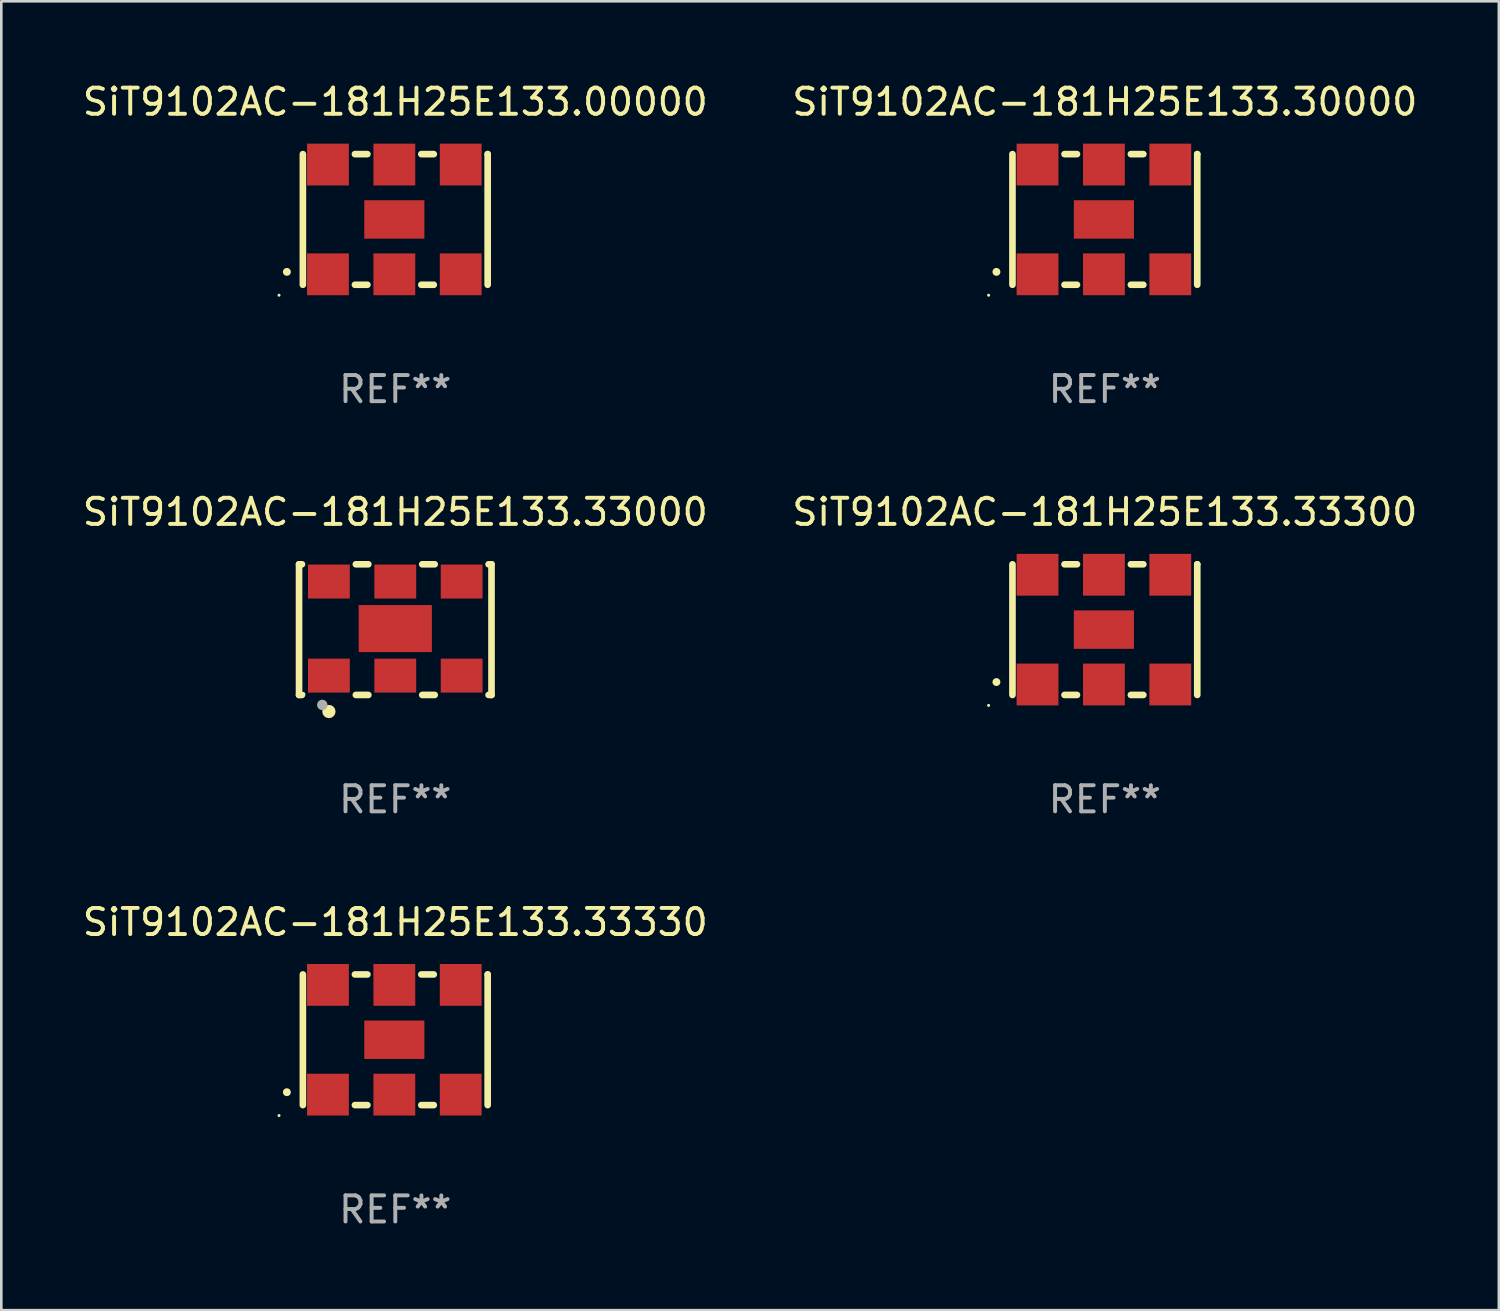
<source format=kicad_pcb>
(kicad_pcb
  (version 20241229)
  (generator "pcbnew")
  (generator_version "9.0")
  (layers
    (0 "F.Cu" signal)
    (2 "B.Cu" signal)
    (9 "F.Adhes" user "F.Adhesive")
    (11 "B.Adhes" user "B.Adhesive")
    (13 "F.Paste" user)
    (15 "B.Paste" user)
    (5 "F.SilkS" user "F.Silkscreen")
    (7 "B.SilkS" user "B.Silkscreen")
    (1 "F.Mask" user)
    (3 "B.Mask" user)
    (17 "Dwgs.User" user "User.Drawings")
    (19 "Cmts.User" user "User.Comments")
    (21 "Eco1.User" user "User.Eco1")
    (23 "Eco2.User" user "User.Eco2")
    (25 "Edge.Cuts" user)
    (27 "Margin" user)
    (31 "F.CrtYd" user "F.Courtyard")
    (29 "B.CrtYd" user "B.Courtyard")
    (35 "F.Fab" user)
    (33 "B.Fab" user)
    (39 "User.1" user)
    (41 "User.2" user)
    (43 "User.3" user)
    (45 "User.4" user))
  (footprint "SiT9102AC-181H25E133.33300"
    (layer "F.Cu")
    (at 39.232 21.045)
    (property "Reference" "SiT9102AC-181H25E133.33300" (at 0 -4.5 0) (layer "F.SilkS") (effects (font (size 1 1) (thickness 0.15))))
    (attr through_hole)
    (fp_line (start -3.536 -2.5) (end -3.536 2.5) (stroke (width 0.254) (type solid)) (layer "F.SilkS"))
    (fp_line (start -1.544 2.5) (end -1.067 2.5) (stroke (width 0.254) (type solid)) (layer "F.SilkS"))
    (fp_line (start -1.067 -2.5) (end -1.544 -2.5) (stroke (width 0.254) (type solid)) (layer "F.SilkS"))
    (fp_line (start 0.996 2.5) (end 1.473 2.5) (stroke (width 0.254) (type solid)) (layer "F.SilkS"))
    (fp_line (start 1.473 -2.5) (end 0.996 -2.5) (stroke (width 0.254) (type solid)) (layer "F.SilkS"))
    (fp_line (start 3.536 -2.5) (end 3.536 -2.5) (stroke (width 0.254) (type solid)) (layer "F.SilkS"))
    (fp_line (start 3.536 2.5) (end 3.536 -2.5) (stroke (width 0.254) (type solid)) (layer "F.SilkS"))
    (fp_arc (start -4.150432 2.006604) (mid -4.149162 2.006599) (end -4.147892 2.006604) (stroke (width 0.3) (type solid)) (layer "F.SilkS"))
    (fp_circle (center -4.449 2.9) (end -4.419 2.9) (stroke (width 0.06) (type solid)) (fill no) (layer "F.SilkS"))
    (fp_text user "REF**" (at 0 6.5 0) (layer "F.Fab") (effects (font (size 1 1) (thickness 0.15))))
    (pad "1" smd rect (at -2.576 2.1) (size 1.6 1.6) (layers "F.Cu" "F.Mask" "F.Paste"))
    (pad "2" smd rect (at -0.036 2.1) (size 1.6 1.6) (layers "F.Cu" "F.Mask" "F.Paste"))
    (pad "3" smd rect (at 2.504 2.1) (size 1.6 1.6) (layers "F.Cu" "F.Mask" "F.Paste"))
    (pad "4" smd rect (at 2.504 -2.1) (size 1.6 1.6) (layers "F.Cu" "F.Mask" "F.Paste"))
    (pad "5" smd rect (at -0.036 -2.1) (size 1.6 1.6) (layers "F.Cu" "F.Mask" "F.Paste"))
    (pad "6" smd rect (at -2.576 -2.1) (size 1.6 1.6) (layers "F.Cu" "F.Mask" "F.Paste"))
    (pad "7" smd rect (at -0.036 0) (size 2.3 1.47) (layers "F.Cu" "F.Mask" "F.Paste")))
  (footprint "SiT9102AC-181H25E133.33000"
    (layer "F.Cu")
    (at 12.077 21.045)
    (property "Reference" "SiT9102AC-181H25E133.33000" (at 0 -4.5 0) (layer "F.SilkS") (effects (font (size 1 1) (thickness 0.15))))
    (attr through_hole)
    (fp_line (start -3.683 -2.5) (end -3.571 -2.5) (stroke (width 0.254) (type solid)) (layer "F.SilkS"))
    (fp_line (start -3.683 2.5) (end -3.683 -2.5) (stroke (width 0.254) (type solid)) (layer "F.SilkS"))
    (fp_line (start -3.683 2.5) (end -3.571 2.5) (stroke (width 0.254) (type solid)) (layer "F.SilkS"))
    (fp_line (start -1.509 -2.5) (end -1.031 -2.5) (stroke (width 0.254) (type solid)) (layer "F.SilkS"))
    (fp_line (start -1.509 2.5) (end -1.031 2.5) (stroke (width 0.254) (type solid)) (layer "F.SilkS"))
    (fp_line (start 1.031 -2.5) (end 1.509 -2.5) (stroke (width 0.254) (type solid)) (layer "F.SilkS"))
    (fp_line (start 1.031 2.5) (end 1.509 2.5) (stroke (width 0.254) (type solid)) (layer "F.SilkS"))
    (fp_line (start 3.571 -2.5) (end 3.683 -2.5) (stroke (width 0.254) (type solid)) (layer "F.SilkS"))
    (fp_line (start 3.571 2.5) (end 3.683 2.5) (stroke (width 0.254) (type solid)) (layer "F.SilkS"))
    (fp_line (start 3.683 2.5) (end 3.683 -2.5) (stroke (width 0.254) (type solid)) (layer "F.SilkS"))
    (fp_circle (center -3.5 2.46) (end -3.47 2.46) (stroke (width 0.06) (type solid)) (fill no) (layer "F.SilkS"))
    (fp_circle (center -2.54 3.135) (end -2.413 3.135) (stroke (width 0.254) (type solid)) (fill no) (layer "F.SilkS"))
    (fp_circle (center -2.794 2.881) (end -2.694 2.881) (stroke (width 0.2) (type solid)) (fill no) (layer "F.Fab"))
    (fp_text user "REF**" (at 0 6.5 0) (layer "F.Fab") (effects (font (size 1 1) (thickness 0.15))))
    (pad "1" smd rect (at -2.54 1.76) (size 1.6 1.3) (layers "F.Cu" "F.Mask" "F.Paste"))
    (pad "2" smd rect (at 0 1.76) (size 1.6 1.3) (layers "F.Cu" "F.Mask" "F.Paste"))
    (pad "3" smd rect (at 2.54 1.76) (size 1.6 1.3) (layers "F.Cu" "F.Mask" "F.Paste"))
    (pad "4" smd rect (at 2.54 -1.84) (size 1.6 1.3) (layers "F.Cu" "F.Mask" "F.Paste"))
    (pad "5" smd rect (at 0 -1.84) (size 1.6 1.3) (layers "F.Cu" "F.Mask" "F.Paste"))
    (pad "6" smd rect (at -2.54 -1.84) (size 1.6 1.3) (layers "F.Cu" "F.Mask" "F.Paste"))
    (pad "7" smd rect (at 0 -0.04) (size 2.8 1.8) (layers "F.Cu" "F.Mask" "F.Paste")))
  (footprint "SiT9102AC-181H25E133.30000"
    (layer "F.Cu")
    (at 39.232 5.348)
    (property "Reference" "SiT9102AC-181H25E133.30000" (at 0 -4.5 0) (layer "F.SilkS") (effects (font (size 1 1) (thickness 0.15))))
    (attr through_hole)
    (fp_line (start -3.536 -2.5) (end -3.536 2.5) (stroke (width 0.254) (type solid)) (layer "F.SilkS"))
    (fp_line (start -1.544 2.5) (end -1.067 2.5) (stroke (width 0.254) (type solid)) (layer "F.SilkS"))
    (fp_line (start -1.067 -2.5) (end -1.544 -2.5) (stroke (width 0.254) (type solid)) (layer "F.SilkS"))
    (fp_line (start 0.996 2.5) (end 1.473 2.5) (stroke (width 0.254) (type solid)) (layer "F.SilkS"))
    (fp_line (start 1.473 -2.5) (end 0.996 -2.5) (stroke (width 0.254) (type solid)) (layer "F.SilkS"))
    (fp_line (start 3.536 -2.5) (end 3.536 -2.5) (stroke (width 0.254) (type solid)) (layer "F.SilkS"))
    (fp_line (start 3.536 2.5) (end 3.536 -2.5) (stroke (width 0.254) (type solid)) (layer "F.SilkS"))
    (fp_arc (start -4.150432 2.006604) (mid -4.149162 2.006599) (end -4.147892 2.006604) (stroke (width 0.3) (type solid)) (layer "F.SilkS"))
    (fp_circle (center -4.449 2.9) (end -4.419 2.9) (stroke (width 0.06) (type solid)) (fill no) (layer "F.SilkS"))
    (fp_text user "REF**" (at 0 6.5 0) (layer "F.Fab") (effects (font (size 1 1) (thickness 0.15))))
    (pad "1" smd rect (at -2.576 2.1) (size 1.6 1.6) (layers "F.Cu" "F.Mask" "F.Paste"))
    (pad "2" smd rect (at -0.036 2.1) (size 1.6 1.6) (layers "F.Cu" "F.Mask" "F.Paste"))
    (pad "3" smd rect (at 2.504 2.1) (size 1.6 1.6) (layers "F.Cu" "F.Mask" "F.Paste"))
    (pad "4" smd rect (at 2.504 -2.1) (size 1.6 1.6) (layers "F.Cu" "F.Mask" "F.Paste"))
    (pad "5" smd rect (at -0.036 -2.1) (size 1.6 1.6) (layers "F.Cu" "F.Mask" "F.Paste"))
    (pad "6" smd rect (at -2.576 -2.1) (size 1.6 1.6) (layers "F.Cu" "F.Mask" "F.Paste"))
    (pad "7" smd rect (at -0.036 0) (size 2.3 1.47) (layers "F.Cu" "F.Mask" "F.Paste")))
  (footprint "SiT9102AC-181H25E133.33330"
    (layer "F.Cu")
    (at 12.077 36.741)
    (property "Reference" "SiT9102AC-181H25E133.33330" (at 0 -4.5 0) (layer "F.SilkS") (effects (font (size 1 1) (thickness 0.15))))
    (attr through_hole)
    (fp_line (start -3.536 -2.5) (end -3.536 2.5) (stroke (width 0.254) (type solid)) (layer "F.SilkS"))
    (fp_line (start -1.544 2.5) (end -1.067 2.5) (stroke (width 0.254) (type solid)) (layer "F.SilkS"))
    (fp_line (start -1.067 -2.5) (end -1.544 -2.5) (stroke (width 0.254) (type solid)) (layer "F.SilkS"))
    (fp_line (start 0.996 2.5) (end 1.473 2.5) (stroke (width 0.254) (type solid)) (layer "F.SilkS"))
    (fp_line (start 1.473 -2.5) (end 0.996 -2.5) (stroke (width 0.254) (type solid)) (layer "F.SilkS"))
    (fp_line (start 3.536 -2.5) (end 3.536 -2.5) (stroke (width 0.254) (type solid)) (layer "F.SilkS"))
    (fp_line (start 3.536 2.5) (end 3.536 -2.5) (stroke (width 0.254) (type solid)) (layer "F.SilkS"))
    (fp_arc (start -4.150432 2.006604) (mid -4.149162 2.006599) (end -4.147892 2.006604) (stroke (width 0.3) (type solid)) (layer "F.SilkS"))
    (fp_circle (center -4.449 2.9) (end -4.419 2.9) (stroke (width 0.06) (type solid)) (fill no) (layer "F.SilkS"))
    (fp_text user "REF**" (at 0 6.5 0) (layer "F.Fab") (effects (font (size 1 1) (thickness 0.15))))
    (pad "1" smd rect (at -2.576 2.1) (size 1.6 1.6) (layers "F.Cu" "F.Mask" "F.Paste"))
    (pad "2" smd rect (at -0.036 2.1) (size 1.6 1.6) (layers "F.Cu" "F.Mask" "F.Paste"))
    (pad "3" smd rect (at 2.504 2.1) (size 1.6 1.6) (layers "F.Cu" "F.Mask" "F.Paste"))
    (pad "4" smd rect (at 2.504 -2.1) (size 1.6 1.6) (layers "F.Cu" "F.Mask" "F.Paste"))
    (pad "5" smd rect (at -0.036 -2.1) (size 1.6 1.6) (layers "F.Cu" "F.Mask" "F.Paste"))
    (pad "6" smd rect (at -2.576 -2.1) (size 1.6 1.6) (layers "F.Cu" "F.Mask" "F.Paste"))
    (pad "7" smd rect (at -0.036 0) (size 2.3 1.47) (layers "F.Cu" "F.Mask" "F.Paste")))
  (footprint "SiT9102AC-181H25E133.00000"
    (layer "F.Cu")
    (at 12.077 5.348)
    (property "Reference" "SiT9102AC-181H25E133.00000" (at 0 -4.5 0) (layer "F.SilkS") (effects (font (size 1 1) (thickness 0.15))))
    (attr through_hole)
    (fp_line (start -3.536 -2.5) (end -3.536 2.5) (stroke (width 0.254) (type solid)) (layer "F.SilkS"))
    (fp_line (start -1.544 2.5) (end -1.067 2.5) (stroke (width 0.254) (type solid)) (layer "F.SilkS"))
    (fp_line (start -1.067 -2.5) (end -1.544 -2.5) (stroke (width 0.254) (type solid)) (layer "F.SilkS"))
    (fp_line (start 0.996 2.5) (end 1.473 2.5) (stroke (width 0.254) (type solid)) (layer "F.SilkS"))
    (fp_line (start 1.473 -2.5) (end 0.996 -2.5) (stroke (width 0.254) (type solid)) (layer "F.SilkS"))
    (fp_line (start 3.536 -2.5) (end 3.536 -2.5) (stroke (width 0.254) (type solid)) (layer "F.SilkS"))
    (fp_line (start 3.536 2.5) (end 3.536 -2.5) (stroke (width 0.254) (type solid)) (layer "F.SilkS"))
    (fp_arc (start -4.150432 2.006604) (mid -4.149162 2.006599) (end -4.147892 2.006604) (stroke (width 0.3) (type solid)) (layer "F.SilkS"))
    (fp_circle (center -4.449 2.9) (end -4.419 2.9) (stroke (width 0.06) (type solid)) (fill no) (layer "F.SilkS"))
    (fp_text user "REF**" (at 0 6.5 0) (layer "F.Fab") (effects (font (size 1 1) (thickness 0.15))))
    (pad "1" smd rect (at -2.576 2.1) (size 1.6 1.6) (layers "F.Cu" "F.Mask" "F.Paste"))
    (pad "2" smd rect (at -0.036 2.1) (size 1.6 1.6) (layers "F.Cu" "F.Mask" "F.Paste"))
    (pad "3" smd rect (at 2.504 2.1) (size 1.6 1.6) (layers "F.Cu" "F.Mask" "F.Paste"))
    (pad "4" smd rect (at 2.504 -2.1) (size 1.6 1.6) (layers "F.Cu" "F.Mask" "F.Paste"))
    (pad "5" smd rect (at -0.036 -2.1) (size 1.6 1.6) (layers "F.Cu" "F.Mask" "F.Paste"))
    (pad "6" smd rect (at -2.576 -2.1) (size 1.6 1.6) (layers "F.Cu" "F.Mask" "F.Paste"))
    (pad "7" smd rect (at -0.036 0) (size 2.3 1.47) (layers "F.Cu" "F.Mask" "F.Paste")))
  (gr_rect
    (start -3 -3)
    (end 54.31 47.09)
    (stroke (width 0.1) (type default))
    (fill no)
    (layer "Edge.Cuts")))
</source>
